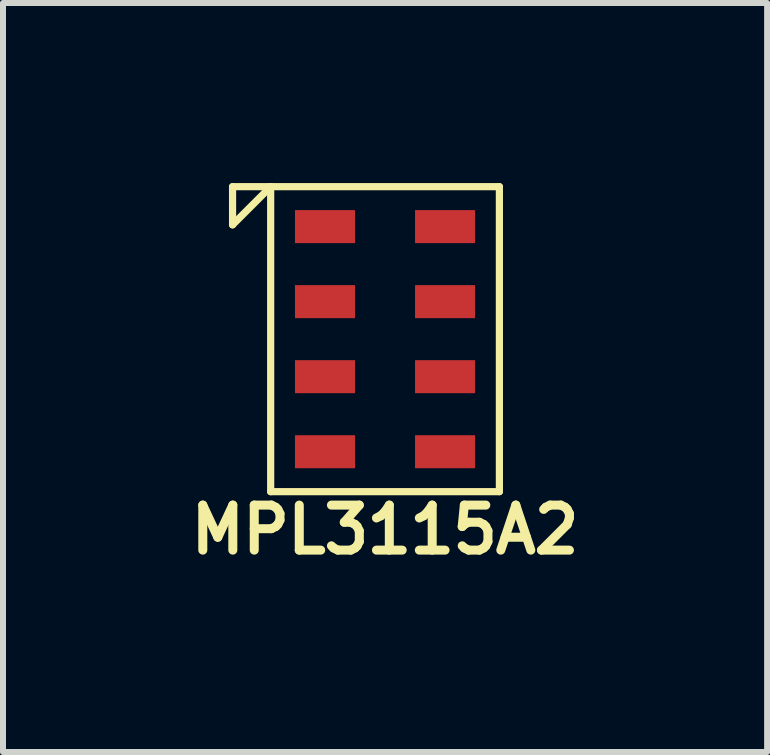
<source format=kicad_pcb>
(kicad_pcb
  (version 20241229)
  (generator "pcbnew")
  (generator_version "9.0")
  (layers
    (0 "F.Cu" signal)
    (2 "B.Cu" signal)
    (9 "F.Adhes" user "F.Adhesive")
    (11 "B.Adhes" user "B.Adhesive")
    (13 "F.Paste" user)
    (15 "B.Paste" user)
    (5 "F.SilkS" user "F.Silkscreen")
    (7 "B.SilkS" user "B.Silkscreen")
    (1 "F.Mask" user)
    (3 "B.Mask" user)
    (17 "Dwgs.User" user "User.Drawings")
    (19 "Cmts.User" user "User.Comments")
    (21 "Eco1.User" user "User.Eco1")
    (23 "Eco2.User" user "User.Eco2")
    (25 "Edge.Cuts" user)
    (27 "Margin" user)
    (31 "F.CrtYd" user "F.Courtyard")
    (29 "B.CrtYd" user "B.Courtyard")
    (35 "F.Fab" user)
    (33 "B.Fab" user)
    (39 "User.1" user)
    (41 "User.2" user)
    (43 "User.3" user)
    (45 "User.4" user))
  (footprint "MPL3115A2"
    (layer "F.Cu")
    (at 3.364 2.6)
    (property "Reference" "MPL3115A2" (at 0 3.175 0) (layer "F.SilkS") (effects (font (size 0.75 0.75) (thickness 0.15))))
    (attr through_hole)
    (fp_line (start -2.54 -2.54) (end -2.54 -1.905) (stroke (width 0.12) (type solid)) (layer "F.SilkS"))
    (fp_line (start -2.54 -1.905) (end -1.905 -2.54) (stroke (width 0.12) (type solid)) (layer "F.SilkS"))
    (fp_line (start -1.905 -2.54) (end -2.54 -2.54) (stroke (width 0.12) (type solid)) (layer "F.SilkS"))
    (fp_line (start -1.905 -2.54) (end 1.905 -2.54) (stroke (width 0.12) (type solid)) (layer "F.SilkS"))
    (fp_line (start -1.905 2.54) (end -1.905 -2.54) (stroke (width 0.12) (type solid)) (layer "F.SilkS"))
    (fp_line (start 1.905 -2.54) (end 1.905 2.54) (stroke (width 0.12) (type solid)) (layer "F.SilkS"))
    (fp_line (start 1.905 2.54) (end -1.905 2.54) (stroke (width 0.12) (type solid)) (layer "F.SilkS"))
    (pad "1" smd rect (at -1 -1.875) (size 1 0.55) (layers "F.Cu" "F.Mask" "F.Paste"))
    (pad "2" smd rect (at -1 -0.625) (size 1 0.55) (layers "F.Cu" "F.Mask" "F.Paste"))
    (pad "3" smd rect (at -1 0.625) (size 1 0.55) (layers "F.Cu" "F.Mask" "F.Paste"))
    (pad "4" smd rect (at -1 1.875) (size 1 0.55) (layers "F.Cu" "F.Mask" "F.Paste"))
    (pad "5" smd rect (at 1 1.875) (size 1 0.55) (layers "F.Cu" "F.Mask" "F.Paste"))
    (pad "6" smd rect (at 1 0.625) (size 1 0.55) (layers "F.Cu" "F.Mask" "F.Paste"))
    (pad "7" smd rect (at 1 -0.625) (size 1 0.55) (layers "F.Cu" "F.Mask" "F.Paste"))
    (pad "8" smd rect (at 1 -1.875) (size 1 0.55) (layers "F.Cu" "F.Mask" "F.Paste")))
  (gr_rect
    (start -3 -3)
    (end 9.729 9.477)
    (stroke (width 0.1) (type default))
    (fill no)
    (layer "Edge.Cuts")))
</source>
